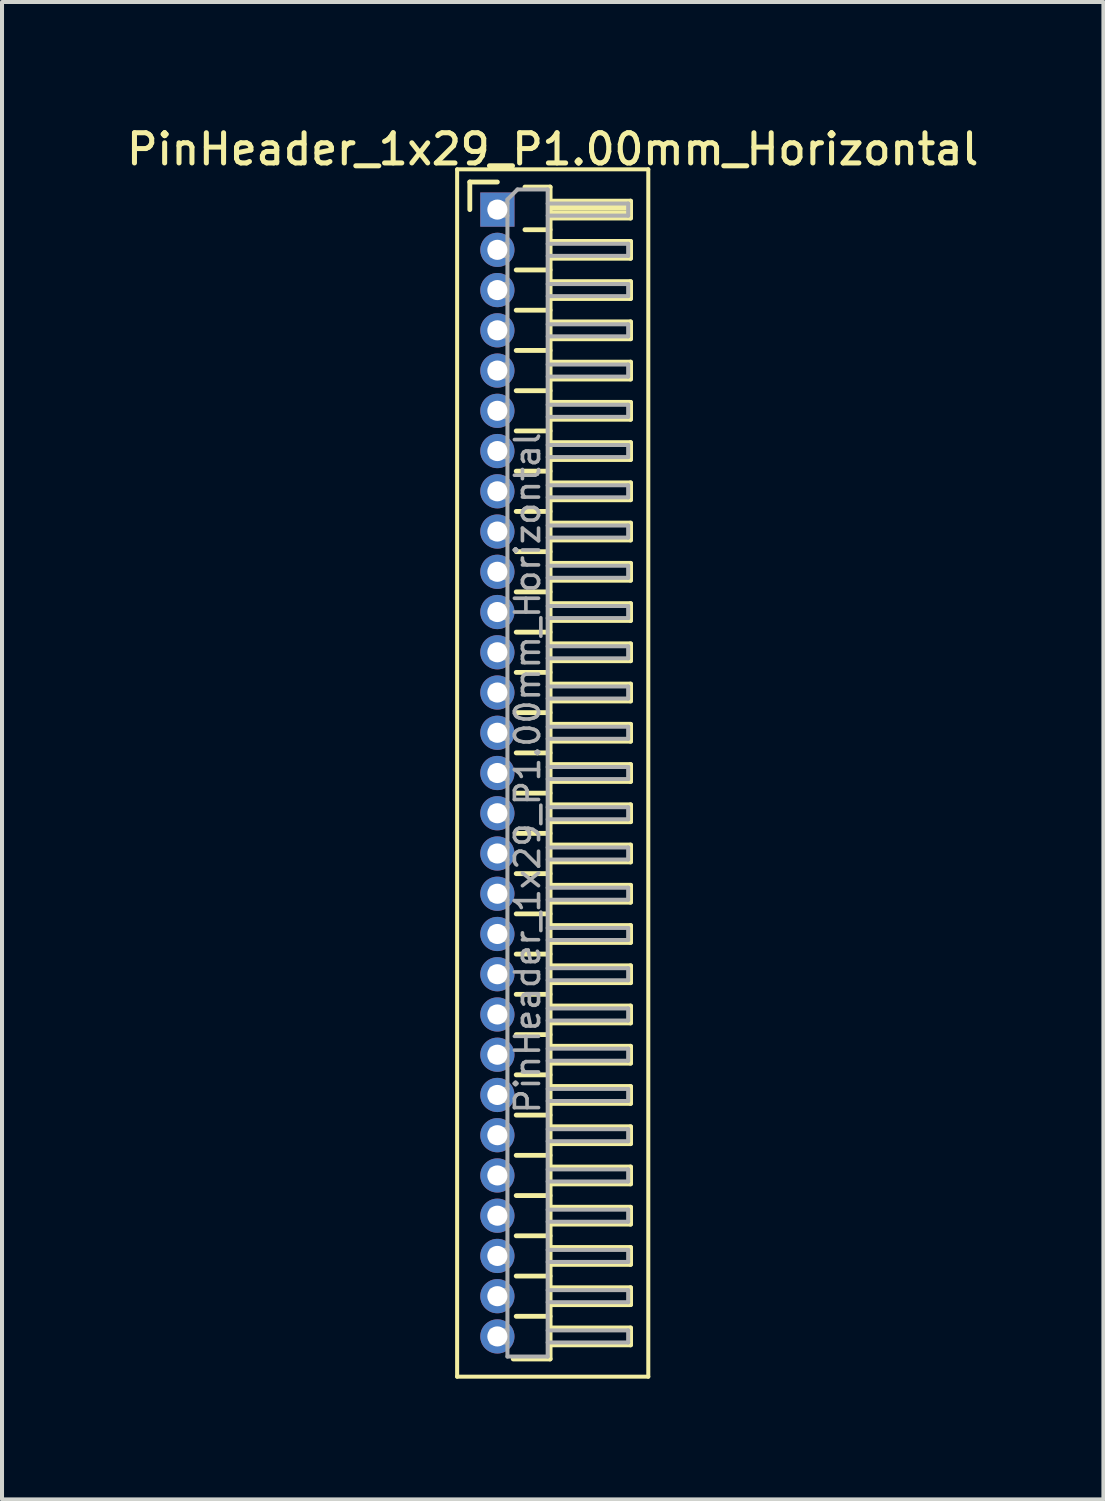
<source format=kicad_pcb>
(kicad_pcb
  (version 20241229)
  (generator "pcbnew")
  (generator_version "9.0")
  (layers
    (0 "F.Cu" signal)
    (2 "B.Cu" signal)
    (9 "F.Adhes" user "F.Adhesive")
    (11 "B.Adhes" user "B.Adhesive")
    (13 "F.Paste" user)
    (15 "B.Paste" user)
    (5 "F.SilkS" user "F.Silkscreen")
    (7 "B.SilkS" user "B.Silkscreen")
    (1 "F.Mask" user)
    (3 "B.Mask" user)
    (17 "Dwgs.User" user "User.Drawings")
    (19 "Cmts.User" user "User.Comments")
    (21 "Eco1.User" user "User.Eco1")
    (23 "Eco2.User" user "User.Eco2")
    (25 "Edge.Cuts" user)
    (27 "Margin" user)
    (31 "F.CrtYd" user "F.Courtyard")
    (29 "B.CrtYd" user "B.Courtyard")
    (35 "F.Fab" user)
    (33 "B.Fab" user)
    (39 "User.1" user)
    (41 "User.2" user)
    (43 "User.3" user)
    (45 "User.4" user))
  (footprint "PinHeader_1x29_P1.00mm_Horizontal"
    (layer "F.Cu")
    (at 9.309 2.158)
    (property "Reference" "PinHeader_1x29_P1.00mm_Horizontal" (at 1.375 -1.5 0) (layer "F.SilkS") (effects (font (size 0.75 0.75) (thickness 0.125))))
    (attr through_hole)
    (fp_line (start -1 -1) (end -1 29) (stroke (width 0.1) (type solid)) (layer "F.SilkS"))
    (fp_line (start -1 29) (end 3.75 29) (stroke (width 0.1) (type solid)) (layer "F.SilkS"))
    (fp_line (start -0.685 -0.685) (end 0 -0.685) (stroke (width 0.12) (type solid)) (layer "F.SilkS"))
    (fp_line (start -0.685 0) (end -0.685 -0.685) (stroke (width 0.12) (type solid)) (layer "F.SilkS"))
    (fp_line (start 0.468 1.5) (end 1.31 1.5) (stroke (width 0.12) (type solid)) (layer "F.SilkS"))
    (fp_line (start 0.468 2.5) (end 1.31 2.5) (stroke (width 0.12) (type solid)) (layer "F.SilkS"))
    (fp_line (start 0.468 3.5) (end 1.31 3.5) (stroke (width 0.12) (type solid)) (layer "F.SilkS"))
    (fp_line (start 0.468 4.5) (end 1.31 4.5) (stroke (width 0.12) (type solid)) (layer "F.SilkS"))
    (fp_line (start 0.468 5.5) (end 1.31 5.5) (stroke (width 0.12) (type solid)) (layer "F.SilkS"))
    (fp_line (start 0.468 6.5) (end 1.31 6.5) (stroke (width 0.12) (type solid)) (layer "F.SilkS"))
    (fp_line (start 0.468 7.5) (end 1.31 7.5) (stroke (width 0.12) (type solid)) (layer "F.SilkS"))
    (fp_line (start 0.468 8.5) (end 1.31 8.5) (stroke (width 0.12) (type solid)) (layer "F.SilkS"))
    (fp_line (start 0.468 9.5) (end 1.31 9.5) (stroke (width 0.12) (type solid)) (layer "F.SilkS"))
    (fp_line (start 0.468 10.5) (end 1.31 10.5) (stroke (width 0.12) (type solid)) (layer "F.SilkS"))
    (fp_line (start 0.468 11.5) (end 1.31 11.5) (stroke (width 0.12) (type solid)) (layer "F.SilkS"))
    (fp_line (start 0.468 12.5) (end 1.31 12.5) (stroke (width 0.12) (type solid)) (layer "F.SilkS"))
    (fp_line (start 0.468 13.5) (end 1.31 13.5) (stroke (width 0.12) (type solid)) (layer "F.SilkS"))
    (fp_line (start 0.468 14.5) (end 1.31 14.5) (stroke (width 0.12) (type solid)) (layer "F.SilkS"))
    (fp_line (start 0.468 15.5) (end 1.31 15.5) (stroke (width 0.12) (type solid)) (layer "F.SilkS"))
    (fp_line (start 0.468 16.5) (end 1.31 16.5) (stroke (width 0.12) (type solid)) (layer "F.SilkS"))
    (fp_line (start 0.468 17.5) (end 1.31 17.5) (stroke (width 0.12) (type solid)) (layer "F.SilkS"))
    (fp_line (start 0.468 18.5) (end 1.31 18.5) (stroke (width 0.12) (type solid)) (layer "F.SilkS"))
    (fp_line (start 0.468 19.5) (end 1.31 19.5) (stroke (width 0.12) (type solid)) (layer "F.SilkS"))
    (fp_line (start 0.468 20.5) (end 1.31 20.5) (stroke (width 0.12) (type solid)) (layer "F.SilkS"))
    (fp_line (start 0.468 21.5) (end 1.31 21.5) (stroke (width 0.12) (type solid)) (layer "F.SilkS"))
    (fp_line (start 0.468 22.5) (end 1.31 22.5) (stroke (width 0.12) (type solid)) (layer "F.SilkS"))
    (fp_line (start 0.468 23.5) (end 1.31 23.5) (stroke (width 0.12) (type solid)) (layer "F.SilkS"))
    (fp_line (start 0.468 24.5) (end 1.31 24.5) (stroke (width 0.12) (type solid)) (layer "F.SilkS"))
    (fp_line (start 0.468 25.5) (end 1.31 25.5) (stroke (width 0.12) (type solid)) (layer "F.SilkS"))
    (fp_line (start 0.468 26.5) (end 1.31 26.5) (stroke (width 0.12) (type solid)) (layer "F.SilkS"))
    (fp_line (start 0.468 27.5) (end 1.31 27.5) (stroke (width 0.12) (type solid)) (layer "F.SilkS"))
    (fp_line (start 0.685 -0.56) (end 1.31 -0.56) (stroke (width 0.12) (type solid)) (layer "F.SilkS"))
    (fp_line (start 0.685 0.5) (end 1.31 0.5) (stroke (width 0.12) (type solid)) (layer "F.SilkS"))
    (fp_line (start 1.31 -0.56) (end 1.31 28.56) (stroke (width 0.12) (type solid)) (layer "F.SilkS"))
    (fp_line (start 1.31 -0.21) (end 3.31 -0.21) (stroke (width 0.12) (type solid)) (layer "F.SilkS"))
    (fp_line (start 1.31 -0.15) (end 3.31 -0.15) (stroke (width 0.12) (type solid)) (layer "F.SilkS"))
    (fp_line (start 1.31 -0.03) (end 3.31 -0.03) (stroke (width 0.12) (type solid)) (layer "F.SilkS"))
    (fp_line (start 1.31 0.09) (end 3.31 0.09) (stroke (width 0.12) (type solid)) (layer "F.SilkS"))
    (fp_line (start 1.31 0.79) (end 3.31 0.79) (stroke (width 0.12) (type solid)) (layer "F.SilkS"))
    (fp_line (start 1.31 1.79) (end 3.31 1.79) (stroke (width 0.12) (type solid)) (layer "F.SilkS"))
    (fp_line (start 1.31 2.79) (end 3.31 2.79) (stroke (width 0.12) (type solid)) (layer "F.SilkS"))
    (fp_line (start 1.31 3.79) (end 3.31 3.79) (stroke (width 0.12) (type solid)) (layer "F.SilkS"))
    (fp_line (start 1.31 4.79) (end 3.31 4.79) (stroke (width 0.12) (type solid)) (layer "F.SilkS"))
    (fp_line (start 1.31 5.79) (end 3.31 5.79) (stroke (width 0.12) (type solid)) (layer "F.SilkS"))
    (fp_line (start 1.31 6.79) (end 3.31 6.79) (stroke (width 0.12) (type solid)) (layer "F.SilkS"))
    (fp_line (start 1.31 7.79) (end 3.31 7.79) (stroke (width 0.12) (type solid)) (layer "F.SilkS"))
    (fp_line (start 1.31 8.79) (end 3.31 8.79) (stroke (width 0.12) (type solid)) (layer "F.SilkS"))
    (fp_line (start 1.31 9.79) (end 3.31 9.79) (stroke (width 0.12) (type solid)) (layer "F.SilkS"))
    (fp_line (start 1.31 10.79) (end 3.31 10.79) (stroke (width 0.12) (type solid)) (layer "F.SilkS"))
    (fp_line (start 1.31 11.79) (end 3.31 11.79) (stroke (width 0.12) (type solid)) (layer "F.SilkS"))
    (fp_line (start 1.31 12.79) (end 3.31 12.79) (stroke (width 0.12) (type solid)) (layer "F.SilkS"))
    (fp_line (start 1.31 13.79) (end 3.31 13.79) (stroke (width 0.12) (type solid)) (layer "F.SilkS"))
    (fp_line (start 1.31 14.79) (end 3.31 14.79) (stroke (width 0.12) (type solid)) (layer "F.SilkS"))
    (fp_line (start 1.31 15.79) (end 3.31 15.79) (stroke (width 0.12) (type solid)) (layer "F.SilkS"))
    (fp_line (start 1.31 16.79) (end 3.31 16.79) (stroke (width 0.12) (type solid)) (layer "F.SilkS"))
    (fp_line (start 1.31 17.79) (end 3.31 17.79) (stroke (width 0.12) (type solid)) (layer "F.SilkS"))
    (fp_line (start 1.31 18.79) (end 3.31 18.79) (stroke (width 0.12) (type solid)) (layer "F.SilkS"))
    (fp_line (start 1.31 19.79) (end 3.31 19.79) (stroke (width 0.12) (type solid)) (layer "F.SilkS"))
    (fp_line (start 1.31 20.79) (end 3.31 20.79) (stroke (width 0.12) (type solid)) (layer "F.SilkS"))
    (fp_line (start 1.31 21.79) (end 3.31 21.79) (stroke (width 0.12) (type solid)) (layer "F.SilkS"))
    (fp_line (start 1.31 22.79) (end 3.31 22.79) (stroke (width 0.12) (type solid)) (layer "F.SilkS"))
    (fp_line (start 1.31 23.79) (end 3.31 23.79) (stroke (width 0.12) (type solid)) (layer "F.SilkS"))
    (fp_line (start 1.31 24.79) (end 3.31 24.79) (stroke (width 0.12) (type solid)) (layer "F.SilkS"))
    (fp_line (start 1.31 25.79) (end 3.31 25.79) (stroke (width 0.12) (type solid)) (layer "F.SilkS"))
    (fp_line (start 1.31 26.79) (end 3.31 26.79) (stroke (width 0.12) (type solid)) (layer "F.SilkS"))
    (fp_line (start 1.31 27.79) (end 3.31 27.79) (stroke (width 0.12) (type solid)) (layer "F.SilkS"))
    (fp_line (start 1.31 28.56) (end 0.394 28.56) (stroke (width 0.12) (type solid)) (layer "F.SilkS"))
    (fp_line (start 3.31 -0.21) (end 3.31 0.21) (stroke (width 0.12) (type solid)) (layer "F.SilkS"))
    (fp_line (start 3.31 0.21) (end 1.31 0.21) (stroke (width 0.12) (type solid)) (layer "F.SilkS"))
    (fp_line (start 3.31 0.79) (end 3.31 1.21) (stroke (width 0.12) (type solid)) (layer "F.SilkS"))
    (fp_line (start 3.31 1.21) (end 1.31 1.21) (stroke (width 0.12) (type solid)) (layer "F.SilkS"))
    (fp_line (start 3.31 1.79) (end 3.31 2.21) (stroke (width 0.12) (type solid)) (layer "F.SilkS"))
    (fp_line (start 3.31 2.21) (end 1.31 2.21) (stroke (width 0.12) (type solid)) (layer "F.SilkS"))
    (fp_line (start 3.31 2.79) (end 3.31 3.21) (stroke (width 0.12) (type solid)) (layer "F.SilkS"))
    (fp_line (start 3.31 3.21) (end 1.31 3.21) (stroke (width 0.12) (type solid)) (layer "F.SilkS"))
    (fp_line (start 3.31 3.79) (end 3.31 4.21) (stroke (width 0.12) (type solid)) (layer "F.SilkS"))
    (fp_line (start 3.31 4.21) (end 1.31 4.21) (stroke (width 0.12) (type solid)) (layer "F.SilkS"))
    (fp_line (start 3.31 4.79) (end 3.31 5.21) (stroke (width 0.12) (type solid)) (layer "F.SilkS"))
    (fp_line (start 3.31 5.21) (end 1.31 5.21) (stroke (width 0.12) (type solid)) (layer "F.SilkS"))
    (fp_line (start 3.31 5.79) (end 3.31 6.21) (stroke (width 0.12) (type solid)) (layer "F.SilkS"))
    (fp_line (start 3.31 6.21) (end 1.31 6.21) (stroke (width 0.12) (type solid)) (layer "F.SilkS"))
    (fp_line (start 3.31 6.79) (end 3.31 7.21) (stroke (width 0.12) (type solid)) (layer "F.SilkS"))
    (fp_line (start 3.31 7.21) (end 1.31 7.21) (stroke (width 0.12) (type solid)) (layer "F.SilkS"))
    (fp_line (start 3.31 7.79) (end 3.31 8.21) (stroke (width 0.12) (type solid)) (layer "F.SilkS"))
    (fp_line (start 3.31 8.21) (end 1.31 8.21) (stroke (width 0.12) (type solid)) (layer "F.SilkS"))
    (fp_line (start 3.31 8.79) (end 3.31 9.21) (stroke (width 0.12) (type solid)) (layer "F.SilkS"))
    (fp_line (start 3.31 9.21) (end 1.31 9.21) (stroke (width 0.12) (type solid)) (layer "F.SilkS"))
    (fp_line (start 3.31 9.79) (end 3.31 10.21) (stroke (width 0.12) (type solid)) (layer "F.SilkS"))
    (fp_line (start 3.31 10.21) (end 1.31 10.21) (stroke (width 0.12) (type solid)) (layer "F.SilkS"))
    (fp_line (start 3.31 10.79) (end 3.31 11.21) (stroke (width 0.12) (type solid)) (layer "F.SilkS"))
    (fp_line (start 3.31 11.21) (end 1.31 11.21) (stroke (width 0.12) (type solid)) (layer "F.SilkS"))
    (fp_line (start 3.31 11.79) (end 3.31 12.21) (stroke (width 0.12) (type solid)) (layer "F.SilkS"))
    (fp_line (start 3.31 12.21) (end 1.31 12.21) (stroke (width 0.12) (type solid)) (layer "F.SilkS"))
    (fp_line (start 3.31 12.79) (end 3.31 13.21) (stroke (width 0.12) (type solid)) (layer "F.SilkS"))
    (fp_line (start 3.31 13.21) (end 1.31 13.21) (stroke (width 0.12) (type solid)) (layer "F.SilkS"))
    (fp_line (start 3.31 13.79) (end 3.31 14.21) (stroke (width 0.12) (type solid)) (layer "F.SilkS"))
    (fp_line (start 3.31 14.21) (end 1.31 14.21) (stroke (width 0.12) (type solid)) (layer "F.SilkS"))
    (fp_line (start 3.31 14.79) (end 3.31 15.21) (stroke (width 0.12) (type solid)) (layer "F.SilkS"))
    (fp_line (start 3.31 15.21) (end 1.31 15.21) (stroke (width 0.12) (type solid)) (layer "F.SilkS"))
    (fp_line (start 3.31 15.79) (end 3.31 16.21) (stroke (width 0.12) (type solid)) (layer "F.SilkS"))
    (fp_line (start 3.31 16.21) (end 1.31 16.21) (stroke (width 0.12) (type solid)) (layer "F.SilkS"))
    (fp_line (start 3.31 16.79) (end 3.31 17.21) (stroke (width 0.12) (type solid)) (layer "F.SilkS"))
    (fp_line (start 3.31 17.21) (end 1.31 17.21) (stroke (width 0.12) (type solid)) (layer "F.SilkS"))
    (fp_line (start 3.31 17.79) (end 3.31 18.21) (stroke (width 0.12) (type solid)) (layer "F.SilkS"))
    (fp_line (start 3.31 18.21) (end 1.31 18.21) (stroke (width 0.12) (type solid)) (layer "F.SilkS"))
    (fp_line (start 3.31 18.79) (end 3.31 19.21) (stroke (width 0.12) (type solid)) (layer "F.SilkS"))
    (fp_line (start 3.31 19.21) (end 1.31 19.21) (stroke (width 0.12) (type solid)) (layer "F.SilkS"))
    (fp_line (start 3.31 19.79) (end 3.31 20.21) (stroke (width 0.12) (type solid)) (layer "F.SilkS"))
    (fp_line (start 3.31 20.21) (end 1.31 20.21) (stroke (width 0.12) (type solid)) (layer "F.SilkS"))
    (fp_line (start 3.31 20.79) (end 3.31 21.21) (stroke (width 0.12) (type solid)) (layer "F.SilkS"))
    (fp_line (start 3.31 21.21) (end 1.31 21.21) (stroke (width 0.12) (type solid)) (layer "F.SilkS"))
    (fp_line (start 3.31 21.79) (end 3.31 22.21) (stroke (width 0.12) (type solid)) (layer "F.SilkS"))
    (fp_line (start 3.31 22.21) (end 1.31 22.21) (stroke (width 0.12) (type solid)) (layer "F.SilkS"))
    (fp_line (start 3.31 22.79) (end 3.31 23.21) (stroke (width 0.12) (type solid)) (layer "F.SilkS"))
    (fp_line (start 3.31 23.21) (end 1.31 23.21) (stroke (width 0.12) (type solid)) (layer "F.SilkS"))
    (fp_line (start 3.31 23.79) (end 3.31 24.21) (stroke (width 0.12) (type solid)) (layer "F.SilkS"))
    (fp_line (start 3.31 24.21) (end 1.31 24.21) (stroke (width 0.12) (type solid)) (layer "F.SilkS"))
    (fp_line (start 3.31 24.79) (end 3.31 25.21) (stroke (width 0.12) (type solid)) (layer "F.SilkS"))
    (fp_line (start 3.31 25.21) (end 1.31 25.21) (stroke (width 0.12) (type solid)) (layer "F.SilkS"))
    (fp_line (start 3.31 25.79) (end 3.31 26.21) (stroke (width 0.12) (type solid)) (layer "F.SilkS"))
    (fp_line (start 3.31 26.21) (end 1.31 26.21) (stroke (width 0.12) (type solid)) (layer "F.SilkS"))
    (fp_line (start 3.31 26.79) (end 3.31 27.21) (stroke (width 0.12) (type solid)) (layer "F.SilkS"))
    (fp_line (start 3.31 27.21) (end 1.31 27.21) (stroke (width 0.12) (type solid)) (layer "F.SilkS"))
    (fp_line (start 3.31 27.79) (end 3.31 28.21) (stroke (width 0.12) (type solid)) (layer "F.SilkS"))
    (fp_line (start 3.31 28.21) (end 1.31 28.21) (stroke (width 0.12) (type solid)) (layer "F.SilkS"))
    (fp_line (start 3.75 -1) (end -1 -1) (stroke (width 0.1) (type solid)) (layer "F.SilkS"))
    (fp_line (start 3.75 29) (end 3.75 -1) (stroke (width 0.1) (type solid)) (layer "F.SilkS"))
    (fp_line (start -0.15 -0.15) (end -0.15 0.15) (stroke (width 0.1) (type solid)) (layer "F.Fab"))
    (fp_line (start -0.15 -0.15) (end 0.25 -0.15) (stroke (width 0.1) (type solid)) (layer "F.Fab"))
    (fp_line (start -0.15 0.15) (end 0.25 0.15) (stroke (width 0.1) (type solid)) (layer "F.Fab"))
    (fp_line (start -0.15 0.85) (end -0.15 1.15) (stroke (width 0.1) (type solid)) (layer "F.Fab"))
    (fp_line (start -0.15 0.85) (end 0.25 0.85) (stroke (width 0.1) (type solid)) (layer "F.Fab"))
    (fp_line (start -0.15 1.15) (end 0.25 1.15) (stroke (width 0.1) (type solid)) (layer "F.Fab"))
    (fp_line (start -0.15 1.85) (end -0.15 2.15) (stroke (width 0.1) (type solid)) (layer "F.Fab"))
    (fp_line (start -0.15 1.85) (end 0.25 1.85) (stroke (width 0.1) (type solid)) (layer "F.Fab"))
    (fp_line (start -0.15 2.15) (end 0.25 2.15) (stroke (width 0.1) (type solid)) (layer "F.Fab"))
    (fp_line (start -0.15 2.85) (end -0.15 3.15) (stroke (width 0.1) (type solid)) (layer "F.Fab"))
    (fp_line (start -0.15 2.85) (end 0.25 2.85) (stroke (width 0.1) (type solid)) (layer "F.Fab"))
    (fp_line (start -0.15 3.15) (end 0.25 3.15) (stroke (width 0.1) (type solid)) (layer "F.Fab"))
    (fp_line (start -0.15 3.85) (end -0.15 4.15) (stroke (width 0.1) (type solid)) (layer "F.Fab"))
    (fp_line (start -0.15 3.85) (end 0.25 3.85) (stroke (width 0.1) (type solid)) (layer "F.Fab"))
    (fp_line (start -0.15 4.15) (end 0.25 4.15) (stroke (width 0.1) (type solid)) (layer "F.Fab"))
    (fp_line (start -0.15 4.85) (end -0.15 5.15) (stroke (width 0.1) (type solid)) (layer "F.Fab"))
    (fp_line (start -0.15 4.85) (end 0.25 4.85) (stroke (width 0.1) (type solid)) (layer "F.Fab"))
    (fp_line (start -0.15 5.15) (end 0.25 5.15) (stroke (width 0.1) (type solid)) (layer "F.Fab"))
    (fp_line (start -0.15 5.85) (end -0.15 6.15) (stroke (width 0.1) (type solid)) (layer "F.Fab"))
    (fp_line (start -0.15 5.85) (end 0.25 5.85) (stroke (width 0.1) (type solid)) (layer "F.Fab"))
    (fp_line (start -0.15 6.15) (end 0.25 6.15) (stroke (width 0.1) (type solid)) (layer "F.Fab"))
    (fp_line (start -0.15 6.85) (end -0.15 7.15) (stroke (width 0.1) (type solid)) (layer "F.Fab"))
    (fp_line (start -0.15 6.85) (end 0.25 6.85) (stroke (width 0.1) (type solid)) (layer "F.Fab"))
    (fp_line (start -0.15 7.15) (end 0.25 7.15) (stroke (width 0.1) (type solid)) (layer "F.Fab"))
    (fp_line (start -0.15 7.85) (end -0.15 8.15) (stroke (width 0.1) (type solid)) (layer "F.Fab"))
    (fp_line (start -0.15 7.85) (end 0.25 7.85) (stroke (width 0.1) (type solid)) (layer "F.Fab"))
    (fp_line (start -0.15 8.15) (end 0.25 8.15) (stroke (width 0.1) (type solid)) (layer "F.Fab"))
    (fp_line (start -0.15 8.85) (end -0.15 9.15) (stroke (width 0.1) (type solid)) (layer "F.Fab"))
    (fp_line (start -0.15 8.85) (end 0.25 8.85) (stroke (width 0.1) (type solid)) (layer "F.Fab"))
    (fp_line (start -0.15 9.15) (end 0.25 9.15) (stroke (width 0.1) (type solid)) (layer "F.Fab"))
    (fp_line (start -0.15 9.85) (end -0.15 10.15) (stroke (width 0.1) (type solid)) (layer "F.Fab"))
    (fp_line (start -0.15 9.85) (end 0.25 9.85) (stroke (width 0.1) (type solid)) (layer "F.Fab"))
    (fp_line (start -0.15 10.15) (end 0.25 10.15) (stroke (width 0.1) (type solid)) (layer "F.Fab"))
    (fp_line (start -0.15 10.85) (end -0.15 11.15) (stroke (width 0.1) (type solid)) (layer "F.Fab"))
    (fp_line (start -0.15 10.85) (end 0.25 10.85) (stroke (width 0.1) (type solid)) (layer "F.Fab"))
    (fp_line (start -0.15 11.15) (end 0.25 11.15) (stroke (width 0.1) (type solid)) (layer "F.Fab"))
    (fp_line (start -0.15 11.85) (end -0.15 12.15) (stroke (width 0.1) (type solid)) (layer "F.Fab"))
    (fp_line (start -0.15 11.85) (end 0.25 11.85) (stroke (width 0.1) (type solid)) (layer "F.Fab"))
    (fp_line (start -0.15 12.15) (end 0.25 12.15) (stroke (width 0.1) (type solid)) (layer "F.Fab"))
    (fp_line (start -0.15 12.85) (end -0.15 13.15) (stroke (width 0.1) (type solid)) (layer "F.Fab"))
    (fp_line (start -0.15 12.85) (end 0.25 12.85) (stroke (width 0.1) (type solid)) (layer "F.Fab"))
    (fp_line (start -0.15 13.15) (end 0.25 13.15) (stroke (width 0.1) (type solid)) (layer "F.Fab"))
    (fp_line (start -0.15 13.85) (end -0.15 14.15) (stroke (width 0.1) (type solid)) (layer "F.Fab"))
    (fp_line (start -0.15 13.85) (end 0.25 13.85) (stroke (width 0.1) (type solid)) (layer "F.Fab"))
    (fp_line (start -0.15 14.15) (end 0.25 14.15) (stroke (width 0.1) (type solid)) (layer "F.Fab"))
    (fp_line (start -0.15 14.85) (end -0.15 15.15) (stroke (width 0.1) (type solid)) (layer "F.Fab"))
    (fp_line (start -0.15 14.85) (end 0.25 14.85) (stroke (width 0.1) (type solid)) (layer "F.Fab"))
    (fp_line (start -0.15 15.15) (end 0.25 15.15) (stroke (width 0.1) (type solid)) (layer "F.Fab"))
    (fp_line (start -0.15 15.85) (end -0.15 16.15) (stroke (width 0.1) (type solid)) (layer "F.Fab"))
    (fp_line (start -0.15 15.85) (end 0.25 15.85) (stroke (width 0.1) (type solid)) (layer "F.Fab"))
    (fp_line (start -0.15 16.15) (end 0.25 16.15) (stroke (width 0.1) (type solid)) (layer "F.Fab"))
    (fp_line (start -0.15 16.85) (end -0.15 17.15) (stroke (width 0.1) (type solid)) (layer "F.Fab"))
    (fp_line (start -0.15 16.85) (end 0.25 16.85) (stroke (width 0.1) (type solid)) (layer "F.Fab"))
    (fp_line (start -0.15 17.15) (end 0.25 17.15) (stroke (width 0.1) (type solid)) (layer "F.Fab"))
    (fp_line (start -0.15 17.85) (end -0.15 18.15) (stroke (width 0.1) (type solid)) (layer "F.Fab"))
    (fp_line (start -0.15 17.85) (end 0.25 17.85) (stroke (width 0.1) (type solid)) (layer "F.Fab"))
    (fp_line (start -0.15 18.15) (end 0.25 18.15) (stroke (width 0.1) (type solid)) (layer "F.Fab"))
    (fp_line (start -0.15 18.85) (end -0.15 19.15) (stroke (width 0.1) (type solid)) (layer "F.Fab"))
    (fp_line (start -0.15 18.85) (end 0.25 18.85) (stroke (width 0.1) (type solid)) (layer "F.Fab"))
    (fp_line (start -0.15 19.15) (end 0.25 19.15) (stroke (width 0.1) (type solid)) (layer "F.Fab"))
    (fp_line (start -0.15 19.85) (end -0.15 20.15) (stroke (width 0.1) (type solid)) (layer "F.Fab"))
    (fp_line (start -0.15 19.85) (end 0.25 19.85) (stroke (width 0.1) (type solid)) (layer "F.Fab"))
    (fp_line (start -0.15 20.15) (end 0.25 20.15) (stroke (width 0.1) (type solid)) (layer "F.Fab"))
    (fp_line (start -0.15 20.85) (end -0.15 21.15) (stroke (width 0.1) (type solid)) (layer "F.Fab"))
    (fp_line (start -0.15 20.85) (end 0.25 20.85) (stroke (width 0.1) (type solid)) (layer "F.Fab"))
    (fp_line (start -0.15 21.15) (end 0.25 21.15) (stroke (width 0.1) (type solid)) (layer "F.Fab"))
    (fp_line (start -0.15 21.85) (end -0.15 22.15) (stroke (width 0.1) (type solid)) (layer "F.Fab"))
    (fp_line (start -0.15 21.85) (end 0.25 21.85) (stroke (width 0.1) (type solid)) (layer "F.Fab"))
    (fp_line (start -0.15 22.15) (end 0.25 22.15) (stroke (width 0.1) (type solid)) (layer "F.Fab"))
    (fp_line (start -0.15 22.85) (end -0.15 23.15) (stroke (width 0.1) (type solid)) (layer "F.Fab"))
    (fp_line (start -0.15 22.85) (end 0.25 22.85) (stroke (width 0.1) (type solid)) (layer "F.Fab"))
    (fp_line (start -0.15 23.15) (end 0.25 23.15) (stroke (width 0.1) (type solid)) (layer "F.Fab"))
    (fp_line (start -0.15 23.85) (end -0.15 24.15) (stroke (width 0.1) (type solid)) (layer "F.Fab"))
    (fp_line (start -0.15 23.85) (end 0.25 23.85) (stroke (width 0.1) (type solid)) (layer "F.Fab"))
    (fp_line (start -0.15 24.15) (end 0.25 24.15) (stroke (width 0.1) (type solid)) (layer "F.Fab"))
    (fp_line (start -0.15 24.85) (end -0.15 25.15) (stroke (width 0.1) (type solid)) (layer "F.Fab"))
    (fp_line (start -0.15 24.85) (end 0.25 24.85) (stroke (width 0.1) (type solid)) (layer "F.Fab"))
    (fp_line (start -0.15 25.15) (end 0.25 25.15) (stroke (width 0.1) (type solid)) (layer "F.Fab"))
    (fp_line (start -0.15 25.85) (end -0.15 26.15) (stroke (width 0.1) (type solid)) (layer "F.Fab"))
    (fp_line (start -0.15 25.85) (end 0.25 25.85) (stroke (width 0.1) (type solid)) (layer "F.Fab"))
    (fp_line (start -0.15 26.15) (end 0.25 26.15) (stroke (width 0.1) (type solid)) (layer "F.Fab"))
    (fp_line (start -0.15 26.85) (end -0.15 27.15) (stroke (width 0.1) (type solid)) (layer "F.Fab"))
    (fp_line (start -0.15 26.85) (end 0.25 26.85) (stroke (width 0.1) (type solid)) (layer "F.Fab"))
    (fp_line (start -0.15 27.15) (end 0.25 27.15) (stroke (width 0.1) (type solid)) (layer "F.Fab"))
    (fp_line (start -0.15 27.85) (end -0.15 28.15) (stroke (width 0.1) (type solid)) (layer "F.Fab"))
    (fp_line (start -0.15 27.85) (end 0.25 27.85) (stroke (width 0.1) (type solid)) (layer "F.Fab"))
    (fp_line (start -0.15 28.15) (end 0.25 28.15) (stroke (width 0.1) (type solid)) (layer "F.Fab"))
    (fp_line (start 0.25 -0.25) (end 0.5 -0.5) (stroke (width 0.1) (type solid)) (layer "F.Fab"))
    (fp_line (start 0.25 28.5) (end 0.25 -0.25) (stroke (width 0.1) (type solid)) (layer "F.Fab"))
    (fp_line (start 0.5 -0.5) (end 1.25 -0.5) (stroke (width 0.1) (type solid)) (layer "F.Fab"))
    (fp_line (start 1.25 -0.5) (end 1.25 28.5) (stroke (width 0.1) (type solid)) (layer "F.Fab"))
    (fp_line (start 1.25 -0.15) (end 3.25 -0.15) (stroke (width 0.1) (type solid)) (layer "F.Fab"))
    (fp_line (start 1.25 0.15) (end 3.25 0.15) (stroke (width 0.1) (type solid)) (layer "F.Fab"))
    (fp_line (start 1.25 0.85) (end 3.25 0.85) (stroke (width 0.1) (type solid)) (layer "F.Fab"))
    (fp_line (start 1.25 1.15) (end 3.25 1.15) (stroke (width 0.1) (type solid)) (layer "F.Fab"))
    (fp_line (start 1.25 1.85) (end 3.25 1.85) (stroke (width 0.1) (type solid)) (layer "F.Fab"))
    (fp_line (start 1.25 2.15) (end 3.25 2.15) (stroke (width 0.1) (type solid)) (layer "F.Fab"))
    (fp_line (start 1.25 2.85) (end 3.25 2.85) (stroke (width 0.1) (type solid)) (layer "F.Fab"))
    (fp_line (start 1.25 3.15) (end 3.25 3.15) (stroke (width 0.1) (type solid)) (layer "F.Fab"))
    (fp_line (start 1.25 3.85) (end 3.25 3.85) (stroke (width 0.1) (type solid)) (layer "F.Fab"))
    (fp_line (start 1.25 4.15) (end 3.25 4.15) (stroke (width 0.1) (type solid)) (layer "F.Fab"))
    (fp_line (start 1.25 4.85) (end 3.25 4.85) (stroke (width 0.1) (type solid)) (layer "F.Fab"))
    (fp_line (start 1.25 5.15) (end 3.25 5.15) (stroke (width 0.1) (type solid)) (layer "F.Fab"))
    (fp_line (start 1.25 5.85) (end 3.25 5.85) (stroke (width 0.1) (type solid)) (layer "F.Fab"))
    (fp_line (start 1.25 6.15) (end 3.25 6.15) (stroke (width 0.1) (type solid)) (layer "F.Fab"))
    (fp_line (start 1.25 6.85) (end 3.25 6.85) (stroke (width 0.1) (type solid)) (layer "F.Fab"))
    (fp_line (start 1.25 7.15) (end 3.25 7.15) (stroke (width 0.1) (type solid)) (layer "F.Fab"))
    (fp_line (start 1.25 7.85) (end 3.25 7.85) (stroke (width 0.1) (type solid)) (layer "F.Fab"))
    (fp_line (start 1.25 8.15) (end 3.25 8.15) (stroke (width 0.1) (type solid)) (layer "F.Fab"))
    (fp_line (start 1.25 8.85) (end 3.25 8.85) (stroke (width 0.1) (type solid)) (layer "F.Fab"))
    (fp_line (start 1.25 9.15) (end 3.25 9.15) (stroke (width 0.1) (type solid)) (layer "F.Fab"))
    (fp_line (start 1.25 9.85) (end 3.25 9.85) (stroke (width 0.1) (type solid)) (layer "F.Fab"))
    (fp_line (start 1.25 10.15) (end 3.25 10.15) (stroke (width 0.1) (type solid)) (layer "F.Fab"))
    (fp_line (start 1.25 10.85) (end 3.25 10.85) (stroke (width 0.1) (type solid)) (layer "F.Fab"))
    (fp_line (start 1.25 11.15) (end 3.25 11.15) (stroke (width 0.1) (type solid)) (layer "F.Fab"))
    (fp_line (start 1.25 11.85) (end 3.25 11.85) (stroke (width 0.1) (type solid)) (layer "F.Fab"))
    (fp_line (start 1.25 12.15) (end 3.25 12.15) (stroke (width 0.1) (type solid)) (layer "F.Fab"))
    (fp_line (start 1.25 12.85) (end 3.25 12.85) (stroke (width 0.1) (type solid)) (layer "F.Fab"))
    (fp_line (start 1.25 13.15) (end 3.25 13.15) (stroke (width 0.1) (type solid)) (layer "F.Fab"))
    (fp_line (start 1.25 13.85) (end 3.25 13.85) (stroke (width 0.1) (type solid)) (layer "F.Fab"))
    (fp_line (start 1.25 14.15) (end 3.25 14.15) (stroke (width 0.1) (type solid)) (layer "F.Fab"))
    (fp_line (start 1.25 14.85) (end 3.25 14.85) (stroke (width 0.1) (type solid)) (layer "F.Fab"))
    (fp_line (start 1.25 15.15) (end 3.25 15.15) (stroke (width 0.1) (type solid)) (layer "F.Fab"))
    (fp_line (start 1.25 15.85) (end 3.25 15.85) (stroke (width 0.1) (type solid)) (layer "F.Fab"))
    (fp_line (start 1.25 16.15) (end 3.25 16.15) (stroke (width 0.1) (type solid)) (layer "F.Fab"))
    (fp_line (start 1.25 16.85) (end 3.25 16.85) (stroke (width 0.1) (type solid)) (layer "F.Fab"))
    (fp_line (start 1.25 17.15) (end 3.25 17.15) (stroke (width 0.1) (type solid)) (layer "F.Fab"))
    (fp_line (start 1.25 17.85) (end 3.25 17.85) (stroke (width 0.1) (type solid)) (layer "F.Fab"))
    (fp_line (start 1.25 18.15) (end 3.25 18.15) (stroke (width 0.1) (type solid)) (layer "F.Fab"))
    (fp_line (start 1.25 18.85) (end 3.25 18.85) (stroke (width 0.1) (type solid)) (layer "F.Fab"))
    (fp_line (start 1.25 19.15) (end 3.25 19.15) (stroke (width 0.1) (type solid)) (layer "F.Fab"))
    (fp_line (start 1.25 19.85) (end 3.25 19.85) (stroke (width 0.1) (type solid)) (layer "F.Fab"))
    (fp_line (start 1.25 20.15) (end 3.25 20.15) (stroke (width 0.1) (type solid)) (layer "F.Fab"))
    (fp_line (start 1.25 20.85) (end 3.25 20.85) (stroke (width 0.1) (type solid)) (layer "F.Fab"))
    (fp_line (start 1.25 21.15) (end 3.25 21.15) (stroke (width 0.1) (type solid)) (layer "F.Fab"))
    (fp_line (start 1.25 21.85) (end 3.25 21.85) (stroke (width 0.1) (type solid)) (layer "F.Fab"))
    (fp_line (start 1.25 22.15) (end 3.25 22.15) (stroke (width 0.1) (type solid)) (layer "F.Fab"))
    (fp_line (start 1.25 22.85) (end 3.25 22.85) (stroke (width 0.1) (type solid)) (layer "F.Fab"))
    (fp_line (start 1.25 23.15) (end 3.25 23.15) (stroke (width 0.1) (type solid)) (layer "F.Fab"))
    (fp_line (start 1.25 23.85) (end 3.25 23.85) (stroke (width 0.1) (type solid)) (layer "F.Fab"))
    (fp_line (start 1.25 24.15) (end 3.25 24.15) (stroke (width 0.1) (type solid)) (layer "F.Fab"))
    (fp_line (start 1.25 24.85) (end 3.25 24.85) (stroke (width 0.1) (type solid)) (layer "F.Fab"))
    (fp_line (start 1.25 25.15) (end 3.25 25.15) (stroke (width 0.1) (type solid)) (layer "F.Fab"))
    (fp_line (start 1.25 25.85) (end 3.25 25.85) (stroke (width 0.1) (type solid)) (layer "F.Fab"))
    (fp_line (start 1.25 26.15) (end 3.25 26.15) (stroke (width 0.1) (type solid)) (layer "F.Fab"))
    (fp_line (start 1.25 26.85) (end 3.25 26.85) (stroke (width 0.1) (type solid)) (layer "F.Fab"))
    (fp_line (start 1.25 27.15) (end 3.25 27.15) (stroke (width 0.1) (type solid)) (layer "F.Fab"))
    (fp_line (start 1.25 27.85) (end 3.25 27.85) (stroke (width 0.1) (type solid)) (layer "F.Fab"))
    (fp_line (start 1.25 28.15) (end 3.25 28.15) (stroke (width 0.1) (type solid)) (layer "F.Fab"))
    (fp_line (start 1.25 28.5) (end 0.25 28.5) (stroke (width 0.1) (type solid)) (layer "F.Fab"))
    (fp_line (start 3.25 -0.15) (end 3.25 0.15) (stroke (width 0.1) (type solid)) (layer "F.Fab"))
    (fp_line (start 3.25 0.85) (end 3.25 1.15) (stroke (width 0.1) (type solid)) (layer "F.Fab"))
    (fp_line (start 3.25 1.85) (end 3.25 2.15) (stroke (width 0.1) (type solid)) (layer "F.Fab"))
    (fp_line (start 3.25 2.85) (end 3.25 3.15) (stroke (width 0.1) (type solid)) (layer "F.Fab"))
    (fp_line (start 3.25 3.85) (end 3.25 4.15) (stroke (width 0.1) (type solid)) (layer "F.Fab"))
    (fp_line (start 3.25 4.85) (end 3.25 5.15) (stroke (width 0.1) (type solid)) (layer "F.Fab"))
    (fp_line (start 3.25 5.85) (end 3.25 6.15) (stroke (width 0.1) (type solid)) (layer "F.Fab"))
    (fp_line (start 3.25 6.85) (end 3.25 7.15) (stroke (width 0.1) (type solid)) (layer "F.Fab"))
    (fp_line (start 3.25 7.85) (end 3.25 8.15) (stroke (width 0.1) (type solid)) (layer "F.Fab"))
    (fp_line (start 3.25 8.85) (end 3.25 9.15) (stroke (width 0.1) (type solid)) (layer "F.Fab"))
    (fp_line (start 3.25 9.85) (end 3.25 10.15) (stroke (width 0.1) (type solid)) (layer "F.Fab"))
    (fp_line (start 3.25 10.85) (end 3.25 11.15) (stroke (width 0.1) (type solid)) (layer "F.Fab"))
    (fp_line (start 3.25 11.85) (end 3.25 12.15) (stroke (width 0.1) (type solid)) (layer "F.Fab"))
    (fp_line (start 3.25 12.85) (end 3.25 13.15) (stroke (width 0.1) (type solid)) (layer "F.Fab"))
    (fp_line (start 3.25 13.85) (end 3.25 14.15) (stroke (width 0.1) (type solid)) (layer "F.Fab"))
    (fp_line (start 3.25 14.85) (end 3.25 15.15) (stroke (width 0.1) (type solid)) (layer "F.Fab"))
    (fp_line (start 3.25 15.85) (end 3.25 16.15) (stroke (width 0.1) (type solid)) (layer "F.Fab"))
    (fp_line (start 3.25 16.85) (end 3.25 17.15) (stroke (width 0.1) (type solid)) (layer "F.Fab"))
    (fp_line (start 3.25 17.85) (end 3.25 18.15) (stroke (width 0.1) (type solid)) (layer "F.Fab"))
    (fp_line (start 3.25 18.85) (end 3.25 19.15) (stroke (width 0.1) (type solid)) (layer "F.Fab"))
    (fp_line (start 3.25 19.85) (end 3.25 20.15) (stroke (width 0.1) (type solid)) (layer "F.Fab"))
    (fp_line (start 3.25 20.85) (end 3.25 21.15) (stroke (width 0.1) (type solid)) (layer "F.Fab"))
    (fp_line (start 3.25 21.85) (end 3.25 22.15) (stroke (width 0.1) (type solid)) (layer "F.Fab"))
    (fp_line (start 3.25 22.85) (end 3.25 23.15) (stroke (width 0.1) (type solid)) (layer "F.Fab"))
    (fp_line (start 3.25 23.85) (end 3.25 24.15) (stroke (width 0.1) (type solid)) (layer "F.Fab"))
    (fp_line (start 3.25 24.85) (end 3.25 25.15) (stroke (width 0.1) (type solid)) (layer "F.Fab"))
    (fp_line (start 3.25 25.85) (end 3.25 26.15) (stroke (width 0.1) (type solid)) (layer "F.Fab"))
    (fp_line (start 3.25 26.85) (end 3.25 27.15) (stroke (width 0.1) (type solid)) (layer "F.Fab"))
    (fp_line (start 3.25 27.85) (end 3.25 28.15) (stroke (width 0.1) (type solid)) (layer "F.Fab"))
    (fp_text user "${REFERENCE}" (at 0.75 14 90) (layer "F.Fab") (effects (font (size 0.6 0.6) (thickness 0.09))))
    (pad "1" thru_hole rect (at 0 0) (size 0.85 0.85) (drill 0.5) (layers "*.Cu" "*.Mask"))
    (pad "2" thru_hole oval (at 0 1) (size 0.85 0.85) (drill 0.5) (layers "*.Cu" "*.Mask"))
    (pad "3" thru_hole oval (at 0 2) (size 0.85 0.85) (drill 0.5) (layers "*.Cu" "*.Mask"))
    (pad "4" thru_hole oval (at 0 3) (size 0.85 0.85) (drill 0.5) (layers "*.Cu" "*.Mask"))
    (pad "5" thru_hole oval (at 0 4) (size 0.85 0.85) (drill 0.5) (layers "*.Cu" "*.Mask"))
    (pad "6" thru_hole oval (at 0 5) (size 0.85 0.85) (drill 0.5) (layers "*.Cu" "*.Mask"))
    (pad "7" thru_hole oval (at 0 6) (size 0.85 0.85) (drill 0.5) (layers "*.Cu" "*.Mask"))
    (pad "8" thru_hole oval (at 0 7) (size 0.85 0.85) (drill 0.5) (layers "*.Cu" "*.Mask"))
    (pad "9" thru_hole oval (at 0 8) (size 0.85 0.85) (drill 0.5) (layers "*.Cu" "*.Mask"))
    (pad "10" thru_hole oval (at 0 9) (size 0.85 0.85) (drill 0.5) (layers "*.Cu" "*.Mask"))
    (pad "11" thru_hole oval (at 0 10) (size 0.85 0.85) (drill 0.5) (layers "*.Cu" "*.Mask"))
    (pad "12" thru_hole oval (at 0 11) (size 0.85 0.85) (drill 0.5) (layers "*.Cu" "*.Mask"))
    (pad "13" thru_hole oval (at 0 12) (size 0.85 0.85) (drill 0.5) (layers "*.Cu" "*.Mask"))
    (pad "14" thru_hole oval (at 0 13) (size 0.85 0.85) (drill 0.5) (layers "*.Cu" "*.Mask"))
    (pad "15" thru_hole oval (at 0 14) (size 0.85 0.85) (drill 0.5) (layers "*.Cu" "*.Mask"))
    (pad "16" thru_hole oval (at 0 15) (size 0.85 0.85) (drill 0.5) (layers "*.Cu" "*.Mask"))
    (pad "17" thru_hole oval (at 0 16) (size 0.85 0.85) (drill 0.5) (layers "*.Cu" "*.Mask"))
    (pad "18" thru_hole oval (at 0 17) (size 0.85 0.85) (drill 0.5) (layers "*.Cu" "*.Mask"))
    (pad "19" thru_hole oval (at 0 18) (size 0.85 0.85) (drill 0.5) (layers "*.Cu" "*.Mask"))
    (pad "20" thru_hole oval (at 0 19) (size 0.85 0.85) (drill 0.5) (layers "*.Cu" "*.Mask"))
    (pad "21" thru_hole oval (at 0 20) (size 0.85 0.85) (drill 0.5) (layers "*.Cu" "*.Mask"))
    (pad "22" thru_hole oval (at 0 21) (size 0.85 0.85) (drill 0.5) (layers "*.Cu" "*.Mask"))
    (pad "23" thru_hole oval (at 0 22) (size 0.85 0.85) (drill 0.5) (layers "*.Cu" "*.Mask"))
    (pad "24" thru_hole oval (at 0 23) (size 0.85 0.85) (drill 0.5) (layers "*.Cu" "*.Mask"))
    (pad "25" thru_hole oval (at 0 24) (size 0.85 0.85) (drill 0.5) (layers "*.Cu" "*.Mask"))
    (pad "26" thru_hole oval (at 0 25) (size 0.85 0.85) (drill 0.5) (layers "*.Cu" "*.Mask"))
    (pad "27" thru_hole oval (at 0 26) (size 0.85 0.85) (drill 0.5) (layers "*.Cu" "*.Mask"))
    (pad "28" thru_hole oval (at 0 27) (size 0.85 0.85) (drill 0.5) (layers "*.Cu" "*.Mask"))
    (pad "29" thru_hole oval (at 0 28) (size 0.85 0.85) (drill 0.5) (layers "*.Cu" "*.Mask")))
  (gr_rect
    (start -3 -3)
    (end 24.368 34.208)
    (stroke (width 0.1) (type default))
    (fill no)
    (layer "Edge.Cuts")))
</source>
